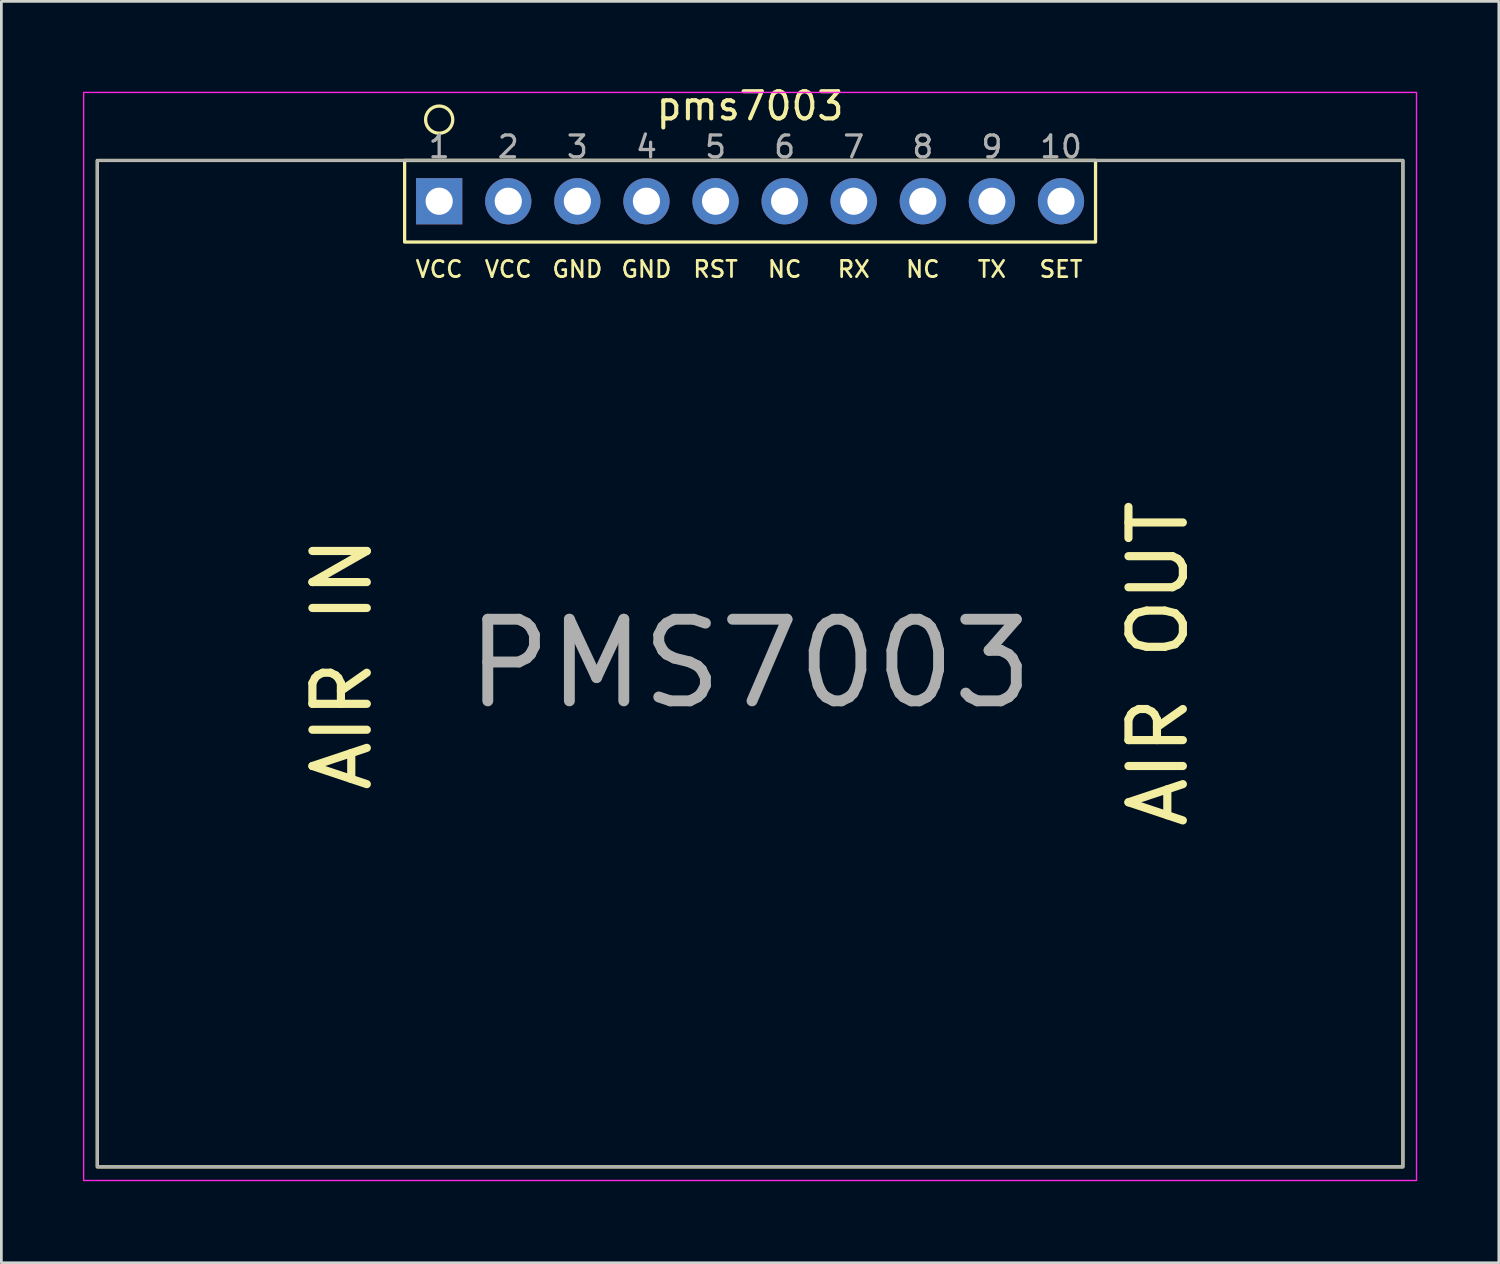
<source format=kicad_pcb>
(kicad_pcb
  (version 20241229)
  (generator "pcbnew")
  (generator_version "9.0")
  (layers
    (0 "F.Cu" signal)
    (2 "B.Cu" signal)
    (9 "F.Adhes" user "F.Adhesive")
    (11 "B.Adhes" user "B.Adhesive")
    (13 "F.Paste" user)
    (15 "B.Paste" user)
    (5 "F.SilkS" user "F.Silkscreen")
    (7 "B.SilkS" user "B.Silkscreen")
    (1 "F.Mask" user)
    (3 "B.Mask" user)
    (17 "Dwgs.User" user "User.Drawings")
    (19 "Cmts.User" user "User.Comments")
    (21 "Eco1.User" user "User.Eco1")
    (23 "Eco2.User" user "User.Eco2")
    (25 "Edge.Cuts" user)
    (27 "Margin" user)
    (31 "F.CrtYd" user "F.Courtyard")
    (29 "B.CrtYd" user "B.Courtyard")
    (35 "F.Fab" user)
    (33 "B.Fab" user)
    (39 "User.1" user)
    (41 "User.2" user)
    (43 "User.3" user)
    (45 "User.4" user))
  (footprint "pms7003"
    (layer "F.Cu")
    (at 24.525 21.348)
    (property "Reference" "pms7003" (at 0 -20.5 0) (layer "F.SilkS") (effects (font (size 1 1) (thickness 0.15))))
    (attr through_hole)
    (fp_rect (start -24 -18.5) (end 24 18.5) (stroke (width 0.12) (type solid)) (fill no) (layer "F.SilkS"))
    (fp_rect (start -12.7 -18.5) (end 12.7 -15.5) (stroke (width 0.12) (type solid)) (fill no) (layer "F.SilkS"))
    (fp_circle (center -11.43 -20) (end -10.93 -20) (stroke (width 0.12) (type solid)) (fill no) (layer "F.SilkS"))
    (fp_rect (start -24.5 -21) (end 24.5 19) (stroke (width 0.05) (type solid)) (fill no) (layer "F.CrtYd"))
    (fp_rect (start -24 -18.5) (end 24 18.5) (stroke (width 0.1) (type solid)) (fill no) (layer "F.Fab"))
    (fp_text user "VCC" (at -11.43 -14.5 0) (layer "F.SilkS") (effects (font (size 0.6 0.6) (thickness 0.1))))
    (fp_text user "RST" (at -1.27 -14.5 0) (layer "F.SilkS") (effects (font (size 0.6 0.6) (thickness 0.1))))
    (fp_text user "RX" (at 3.81 -14.5 0) (layer "F.SilkS") (effects (font (size 0.6 0.6) (thickness 0.1))))
    (fp_text user "GND" (at -3.81 -14.5 0) (layer "F.SilkS") (effects (font (size 0.6 0.6) (thickness 0.1))))
    (fp_text user "GND" (at -6.35 -14.5 0) (layer "F.SilkS") (effects (font (size 0.6 0.6) (thickness 0.1))))
    (fp_text user "AIR OUT" (at 15 0 90) (layer "F.SilkS") (effects (font (size 2 2) (thickness 0.3))))
    (fp_text user "TX" (at 8.89 -14.5 0) (layer "F.SilkS") (effects (font (size 0.6 0.6) (thickness 0.1))))
    (fp_text user "NC" (at 1.27 -14.5 0) (layer "F.SilkS") (effects (font (size 0.6 0.6) (thickness 0.1))))
    (fp_text user "AIR IN" (at -15 0 90) (layer "F.SilkS") (effects (font (size 2 2) (thickness 0.3))))
    (fp_text user "SET" (at 11.43 -14.5 0) (layer "F.SilkS") (effects (font (size 0.6 0.6) (thickness 0.1))))
    (fp_text user "VCC" (at -8.89 -14.5 0) (layer "F.SilkS") (effects (font (size 0.6 0.6) (thickness 0.1))))
    (fp_text user "NC" (at 6.35 -14.5 0) (layer "F.SilkS") (effects (font (size 0.6 0.6) (thickness 0.1))))
    (fp_text user "3" (at -6.35 -19 0) (layer "F.Fab") (effects (font (size 0.8 0.8) (thickness 0.12))))
    (fp_text user "5" (at -1.27 -19 0) (layer "F.Fab") (effects (font (size 0.8 0.8) (thickness 0.12))))
    (fp_text user "2" (at -8.89 -19 0) (layer "F.Fab") (effects (font (size 0.8 0.8) (thickness 0.12))))
    (fp_text user "9" (at 8.89 -19 0) (layer "F.Fab") (effects (font (size 0.8 0.8) (thickness 0.12))))
    (fp_text user "7" (at 3.81 -19 0) (layer "F.Fab") (effects (font (size 0.8 0.8) (thickness 0.12))))
    (fp_text user "1" (at -11.43 -19 0) (layer "F.Fab") (effects (font (size 0.8 0.8) (thickness 0.12))))
    (fp_text user "10" (at 11.43 -19 0) (layer "F.Fab") (effects (font (size 0.8 0.8) (thickness 0.12))))
    (fp_text user "6" (at 1.27 -19 0) (layer "F.Fab") (effects (font (size 0.8 0.8) (thickness 0.12))))
    (fp_text user "8" (at 6.35 -19 0) (layer "F.Fab") (effects (font (size 0.8 0.8) (thickness 0.12))))
    (fp_text user "PMS7003" (at 0 0 0) (layer "F.Fab") (effects (font (size 3 3) (thickness 0.4))))
    (fp_text user "4" (at -3.81 -19 0) (layer "F.Fab") (effects (font (size 0.8 0.8) (thickness 0.12))))
    (pad "1" thru_hole rect (at -11.43 -17) (size 1.7 1.7) (drill 1) (layers "*.Cu" "*.Mask"))
    (pad "2" thru_hole circle (at -8.89 -17) (size 1.7 1.7) (drill 1) (layers "*.Cu" "*.Mask"))
    (pad "3" thru_hole circle (at -6.35 -17) (size 1.7 1.7) (drill 1) (layers "*.Cu" "*.Mask"))
    (pad "4" thru_hole circle (at -3.81 -17) (size 1.7 1.7) (drill 1) (layers "*.Cu" "*.Mask"))
    (pad "5" thru_hole circle (at -1.27 -17) (size 1.7 1.7) (drill 1) (layers "*.Cu" "*.Mask"))
    (pad "6" thru_hole circle (at 1.27 -17) (size 1.7 1.7) (drill 1) (layers "*.Cu" "*.Mask"))
    (pad "7" thru_hole circle (at 3.81 -17) (size 1.7 1.7) (drill 1) (layers "*.Cu" "*.Mask"))
    (pad "8" thru_hole circle (at 6.35 -17) (size 1.7 1.7) (drill 1) (layers "*.Cu" "*.Mask"))
    (pad "9" thru_hole circle (at 8.89 -17) (size 1.7 1.7) (drill 1) (layers "*.Cu" "*.Mask"))
    (pad "10" thru_hole circle (at 11.43 -17) (size 1.7 1.7) (drill 1) (layers "*.Cu" "*.Mask")))
  (gr_rect
    (start -3 -3)
    (end 52.05 43.373)
    (stroke (width 0.1) (type default))
    (fill no)
    (layer "Edge.Cuts")))
</source>
